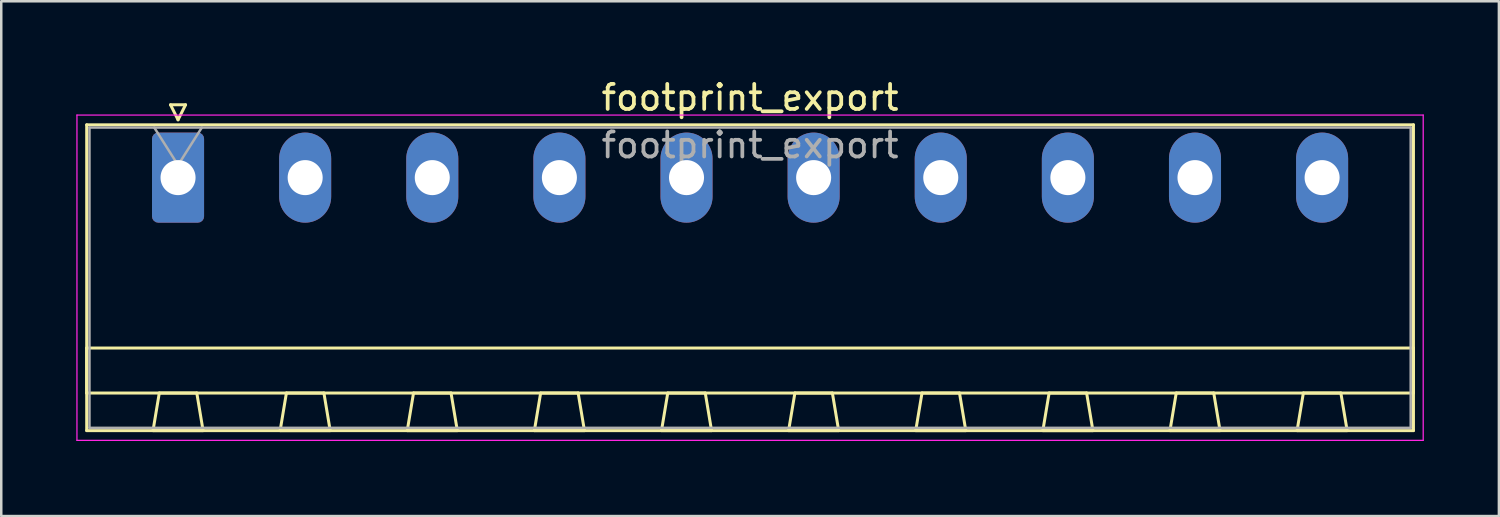
<source format=kicad_pcb>
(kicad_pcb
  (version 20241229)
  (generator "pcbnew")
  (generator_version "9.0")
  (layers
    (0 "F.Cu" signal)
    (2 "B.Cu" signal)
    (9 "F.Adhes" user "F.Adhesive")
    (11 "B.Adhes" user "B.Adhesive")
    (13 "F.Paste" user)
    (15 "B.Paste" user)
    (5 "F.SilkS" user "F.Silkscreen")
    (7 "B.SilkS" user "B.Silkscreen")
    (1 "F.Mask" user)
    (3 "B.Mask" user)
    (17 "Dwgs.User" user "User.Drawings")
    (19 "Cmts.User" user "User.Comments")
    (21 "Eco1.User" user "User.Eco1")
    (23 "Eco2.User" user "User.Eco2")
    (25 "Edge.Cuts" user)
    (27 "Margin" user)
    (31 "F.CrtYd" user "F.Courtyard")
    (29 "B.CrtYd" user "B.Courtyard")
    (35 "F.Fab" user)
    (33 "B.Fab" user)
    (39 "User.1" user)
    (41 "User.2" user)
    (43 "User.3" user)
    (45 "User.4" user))
  (footprint "footprint_export"
    (layer "F.Cu")
    (at 4.065 4.048)
    (property "Reference" "footprint_export" (at 22.86 -3.2 0) (layer "F.SilkS") (effects (font (size 1 1) (thickness 0.15))))
    (attr through_hole)
    (fp_line (start -3.65 -2.11) (end -3.65 10.11) (stroke (width 0.12) (type solid)) (layer "F.SilkS"))
    (fp_line (start -3.65 6.81) (end 49.37 6.81) (stroke (width 0.12) (type solid)) (layer "F.SilkS"))
    (fp_line (start -3.65 8.61) (end -3.65 6.81) (stroke (width 0.12) (type solid)) (layer "F.SilkS"))
    (fp_line (start -3.65 10.11) (end 49.37 10.11) (stroke (width 0.12) (type solid)) (layer "F.SilkS"))
    (fp_line (start -1 10.11) (end 1 10.11) (stroke (width 0.12) (type solid)) (layer "F.SilkS"))
    (fp_line (start -0.75 8.61) (end -1 10.11) (stroke (width 0.12) (type solid)) (layer "F.SilkS"))
    (fp_line (start -0.3 -2.91) (end 0.3 -2.91) (stroke (width 0.12) (type solid)) (layer "F.SilkS"))
    (fp_line (start 0 -2.31) (end -0.3 -2.91) (stroke (width 0.12) (type solid)) (layer "F.SilkS"))
    (fp_line (start 0.3 -2.91) (end 0 -2.31) (stroke (width 0.12) (type solid)) (layer "F.SilkS"))
    (fp_line (start 0.75 8.61) (end -0.75 8.61) (stroke (width 0.12) (type solid)) (layer "F.SilkS"))
    (fp_line (start 1 10.11) (end 0.75 8.61) (stroke (width 0.12) (type solid)) (layer "F.SilkS"))
    (fp_line (start 4.08 10.11) (end 6.08 10.11) (stroke (width 0.12) (type solid)) (layer "F.SilkS"))
    (fp_line (start 4.33 8.61) (end 4.08 10.11) (stroke (width 0.12) (type solid)) (layer "F.SilkS"))
    (fp_line (start 5.83 8.61) (end 4.33 8.61) (stroke (width 0.12) (type solid)) (layer "F.SilkS"))
    (fp_line (start 6.08 10.11) (end 5.83 8.61) (stroke (width 0.12) (type solid)) (layer "F.SilkS"))
    (fp_line (start 9.16 10.11) (end 11.16 10.11) (stroke (width 0.12) (type solid)) (layer "F.SilkS"))
    (fp_line (start 9.41 8.61) (end 9.16 10.11) (stroke (width 0.12) (type solid)) (layer "F.SilkS"))
    (fp_line (start 10.91 8.61) (end 9.41 8.61) (stroke (width 0.12) (type solid)) (layer "F.SilkS"))
    (fp_line (start 11.16 10.11) (end 10.91 8.61) (stroke (width 0.12) (type solid)) (layer "F.SilkS"))
    (fp_line (start 14.24 10.11) (end 16.24 10.11) (stroke (width 0.12) (type solid)) (layer "F.SilkS"))
    (fp_line (start 14.49 8.61) (end 14.24 10.11) (stroke (width 0.12) (type solid)) (layer "F.SilkS"))
    (fp_line (start 15.99 8.61) (end 14.49 8.61) (stroke (width 0.12) (type solid)) (layer "F.SilkS"))
    (fp_line (start 16.24 10.11) (end 15.99 8.61) (stroke (width 0.12) (type solid)) (layer "F.SilkS"))
    (fp_line (start 19.32 10.11) (end 21.32 10.11) (stroke (width 0.12) (type solid)) (layer "F.SilkS"))
    (fp_line (start 19.57 8.61) (end 19.32 10.11) (stroke (width 0.12) (type solid)) (layer "F.SilkS"))
    (fp_line (start 21.07 8.61) (end 19.57 8.61) (stroke (width 0.12) (type solid)) (layer "F.SilkS"))
    (fp_line (start 21.32 10.11) (end 21.07 8.61) (stroke (width 0.12) (type solid)) (layer "F.SilkS"))
    (fp_line (start 24.4 10.11) (end 26.4 10.11) (stroke (width 0.12) (type solid)) (layer "F.SilkS"))
    (fp_line (start 24.65 8.61) (end 24.4 10.11) (stroke (width 0.12) (type solid)) (layer "F.SilkS"))
    (fp_line (start 26.15 8.61) (end 24.65 8.61) (stroke (width 0.12) (type solid)) (layer "F.SilkS"))
    (fp_line (start 26.4 10.11) (end 26.15 8.61) (stroke (width 0.12) (type solid)) (layer "F.SilkS"))
    (fp_line (start 29.48 10.11) (end 31.48 10.11) (stroke (width 0.12) (type solid)) (layer "F.SilkS"))
    (fp_line (start 29.73 8.61) (end 29.48 10.11) (stroke (width 0.12) (type solid)) (layer "F.SilkS"))
    (fp_line (start 31.23 8.61) (end 29.73 8.61) (stroke (width 0.12) (type solid)) (layer "F.SilkS"))
    (fp_line (start 31.48 10.11) (end 31.23 8.61) (stroke (width 0.12) (type solid)) (layer "F.SilkS"))
    (fp_line (start 34.56 10.11) (end 36.56 10.11) (stroke (width 0.12) (type solid)) (layer "F.SilkS"))
    (fp_line (start 34.81 8.61) (end 34.56 10.11) (stroke (width 0.12) (type solid)) (layer "F.SilkS"))
    (fp_line (start 36.31 8.61) (end 34.81 8.61) (stroke (width 0.12) (type solid)) (layer "F.SilkS"))
    (fp_line (start 36.56 10.11) (end 36.31 8.61) (stroke (width 0.12) (type solid)) (layer "F.SilkS"))
    (fp_line (start 39.64 10.11) (end 41.64 10.11) (stroke (width 0.12) (type solid)) (layer "F.SilkS"))
    (fp_line (start 39.89 8.61) (end 39.64 10.11) (stroke (width 0.12) (type solid)) (layer "F.SilkS"))
    (fp_line (start 41.39 8.61) (end 39.89 8.61) (stroke (width 0.12) (type solid)) (layer "F.SilkS"))
    (fp_line (start 41.64 10.11) (end 41.39 8.61) (stroke (width 0.12) (type solid)) (layer "F.SilkS"))
    (fp_line (start 44.72 10.11) (end 46.72 10.11) (stroke (width 0.12) (type solid)) (layer "F.SilkS"))
    (fp_line (start 44.97 8.61) (end 44.72 10.11) (stroke (width 0.12) (type solid)) (layer "F.SilkS"))
    (fp_line (start 46.47 8.61) (end 44.97 8.61) (stroke (width 0.12) (type solid)) (layer "F.SilkS"))
    (fp_line (start 46.72 10.11) (end 46.47 8.61) (stroke (width 0.12) (type solid)) (layer "F.SilkS"))
    (fp_line (start 49.37 -2.11) (end -3.65 -2.11) (stroke (width 0.12) (type solid)) (layer "F.SilkS"))
    (fp_line (start 49.37 6.81) (end 49.37 8.61) (stroke (width 0.12) (type solid)) (layer "F.SilkS"))
    (fp_line (start 49.37 8.61) (end -3.65 8.61) (stroke (width 0.12) (type solid)) (layer "F.SilkS"))
    (fp_line (start 49.37 10.11) (end 49.37 -2.11) (stroke (width 0.12) (type solid)) (layer "F.SilkS"))
    (fp_line (start -4.04 -2.5) (end -4.04 10.5) (stroke (width 0.05) (type solid)) (layer "F.CrtYd"))
    (fp_line (start -4.04 10.5) (end 49.76 10.5) (stroke (width 0.05) (type solid)) (layer "F.CrtYd"))
    (fp_line (start 49.76 -2.5) (end -4.04 -2.5) (stroke (width 0.05) (type solid)) (layer "F.CrtYd"))
    (fp_line (start 49.76 10.5) (end 49.76 -2.5) (stroke (width 0.05) (type solid)) (layer "F.CrtYd"))
    (fp_line (start -3.54 -2) (end -3.54 10) (stroke (width 0.1) (type solid)) (layer "F.Fab"))
    (fp_line (start -3.54 10) (end 49.26 10) (stroke (width 0.1) (type solid)) (layer "F.Fab"))
    (fp_line (start 0 -0.5) (end -0.95 -2) (stroke (width 0.1) (type solid)) (layer "F.Fab"))
    (fp_line (start 0.95 -2) (end 0 -0.5) (stroke (width 0.1) (type solid)) (layer "F.Fab"))
    (fp_line (start 49.26 -2) (end -3.54 -2) (stroke (width 0.1) (type solid)) (layer "F.Fab"))
    (fp_line (start 49.26 10) (end 49.26 -2) (stroke (width 0.1) (type solid)) (layer "F.Fab"))
    (fp_text user "${REFERENCE}" (at 22.86 -1.3 0) (layer "F.Fab") (effects (font (size 1 1) (thickness 0.15))))
    (pad "1" thru_hole roundrect (at 0 0) (size 2.08 3.6) (drill 1.4) (layers "*.Cu" "*.Mask") (roundrect_rratio 0.12))
    (pad "2" thru_hole oval (at 5.08 0) (size 2.08 3.6) (drill 1.4) (layers "*.Cu" "*.Mask"))
    (pad "3" thru_hole oval (at 10.16 0) (size 2.08 3.6) (drill 1.4) (layers "*.Cu" "*.Mask"))
    (pad "4" thru_hole oval (at 15.24 0) (size 2.08 3.6) (drill 1.4) (layers "*.Cu" "*.Mask"))
    (pad "5" thru_hole oval (at 20.32 0) (size 2.08 3.6) (drill 1.4) (layers "*.Cu" "*.Mask"))
    (pad "6" thru_hole oval (at 25.4 0) (size 2.08 3.6) (drill 1.4) (layers "*.Cu" "*.Mask"))
    (pad "7" thru_hole oval (at 30.48 0) (size 2.08 3.6) (drill 1.4) (layers "*.Cu" "*.Mask"))
    (pad "8" thru_hole oval (at 35.56 0) (size 2.08 3.6) (drill 1.4) (layers "*.Cu" "*.Mask"))
    (pad "9" thru_hole oval (at 40.64 0) (size 2.08 3.6) (drill 1.4) (layers "*.Cu" "*.Mask"))
    (pad "10" thru_hole oval (at 45.72 0) (size 2.08 3.6) (drill 1.4) (layers "*.Cu" "*.Mask")))
  (gr_rect
    (start -3 -3)
    (end 56.85 17.573)
    (stroke (width 0.1) (type default))
    (fill no)
    (layer "Edge.Cuts")))
</source>
